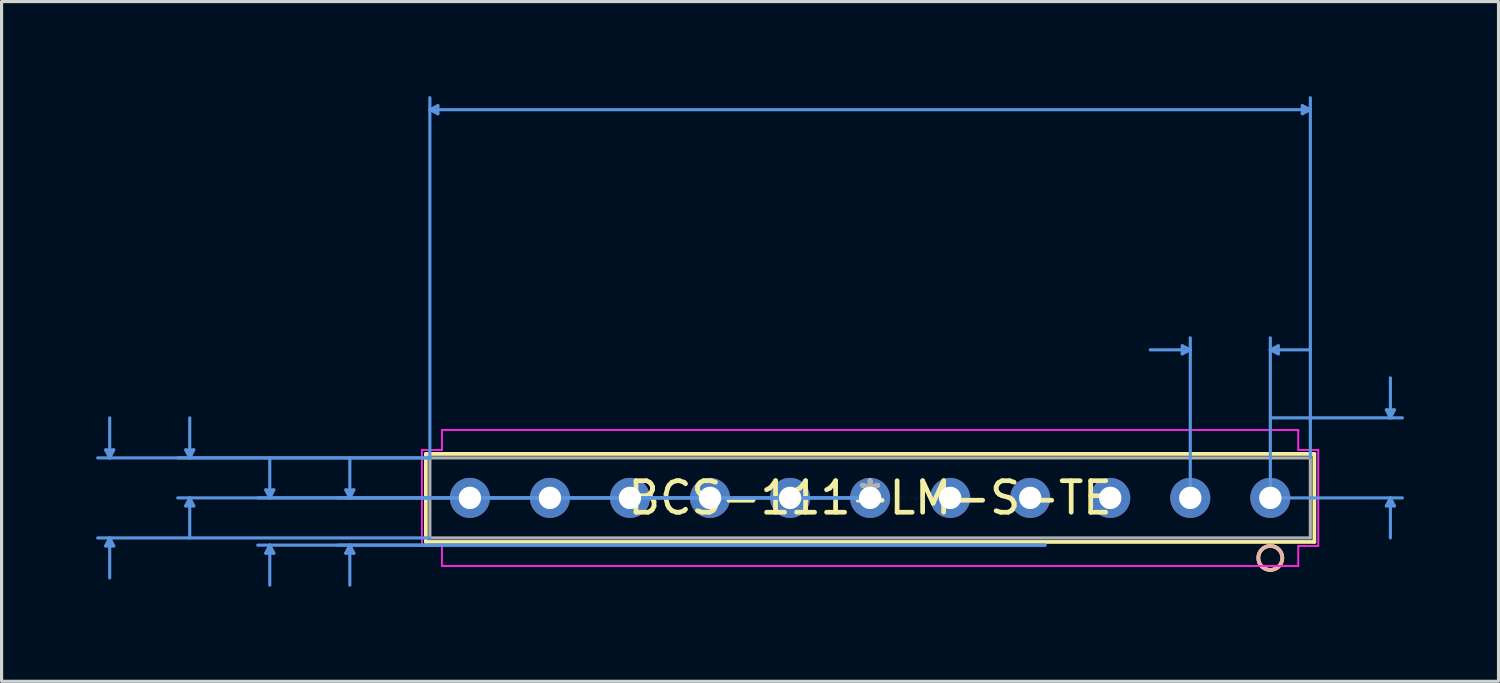
<source format=kicad_pcb>
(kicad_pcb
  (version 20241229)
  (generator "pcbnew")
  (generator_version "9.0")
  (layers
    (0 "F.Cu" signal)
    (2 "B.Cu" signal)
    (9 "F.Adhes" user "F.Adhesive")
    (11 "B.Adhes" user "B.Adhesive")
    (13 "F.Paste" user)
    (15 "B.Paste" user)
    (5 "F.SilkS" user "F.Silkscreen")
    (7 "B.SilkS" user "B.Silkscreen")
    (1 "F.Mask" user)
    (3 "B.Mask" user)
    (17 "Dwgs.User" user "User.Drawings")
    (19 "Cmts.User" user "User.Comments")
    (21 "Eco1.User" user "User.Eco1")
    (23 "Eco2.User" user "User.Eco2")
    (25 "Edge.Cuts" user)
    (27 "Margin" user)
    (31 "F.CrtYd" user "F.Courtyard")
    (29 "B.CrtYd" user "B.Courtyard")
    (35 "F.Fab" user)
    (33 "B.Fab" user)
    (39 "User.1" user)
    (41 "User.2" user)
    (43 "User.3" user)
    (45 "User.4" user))
  (footprint "BCS-111-LM-S-TE"
    (layer "F.Cu")
    (at 24.561 12.75)
    (property "Reference" "BCS-111-LM-S-TE" (at 0 0 0) (layer "F.SilkS") (effects (font (size 1 1) (thickness 0.15))))
    (attr through_hole)
    (fp_line (start -14.097 -1.397) (end -14.097 1.397) (stroke (width 0.12) (type solid)) (layer "F.SilkS"))
    (fp_line (start -14.097 1.397) (end 14.097 1.397) (stroke (width 0.12) (type solid)) (layer "F.SilkS"))
    (fp_line (start 14.097 -1.397) (end -14.097 -1.397) (stroke (width 0.12) (type solid)) (layer "F.SilkS"))
    (fp_line (start 14.097 1.397) (end 14.097 -1.397) (stroke (width 0.12) (type solid)) (layer "F.SilkS"))
    (fp_circle (center 12.7 1.905) (end 13.081 1.905) (stroke (width 0.12) (type solid)) (fill no) (layer "F.SilkS"))
    (fp_circle (center 12.7 1.905) (end 13.081 1.905) (stroke (width 0.12) (type solid)) (fill no) (layer "B.SilkS"))
    (fp_line (start -24.257 -1.524) (end -24.003 -1.524) (stroke (width 0.1) (type solid)) (layer "Cmts.User"))
    (fp_line (start -24.257 1.524) (end -24.003 1.524) (stroke (width 0.1) (type solid)) (layer "Cmts.User"))
    (fp_line (start -24.13 -1.27) (end -24.257 -1.524) (stroke (width 0.1) (type solid)) (layer "Cmts.User"))
    (fp_line (start -24.13 -1.27) (end -24.13 -2.54) (stroke (width 0.1) (type solid)) (layer "Cmts.User"))
    (fp_line (start -24.13 -1.27) (end -24.003 -1.524) (stroke (width 0.1) (type solid)) (layer "Cmts.User"))
    (fp_line (start -24.13 1.27) (end -24.257 1.524) (stroke (width 0.1) (type solid)) (layer "Cmts.User"))
    (fp_line (start -24.13 1.27) (end -24.13 2.54) (stroke (width 0.1) (type solid)) (layer "Cmts.User"))
    (fp_line (start -24.13 1.27) (end -24.003 1.524) (stroke (width 0.1) (type solid)) (layer "Cmts.User"))
    (fp_line (start -21.717 -1.524) (end -21.463 -1.524) (stroke (width 0.1) (type solid)) (layer "Cmts.User"))
    (fp_line (start -21.717 0.254) (end -21.463 0.254) (stroke (width 0.1) (type solid)) (layer "Cmts.User"))
    (fp_line (start -21.59 -1.27) (end -21.717 -1.524) (stroke (width 0.1) (type solid)) (layer "Cmts.User"))
    (fp_line (start -21.59 -1.27) (end -21.59 -2.54) (stroke (width 0.1) (type solid)) (layer "Cmts.User"))
    (fp_line (start -21.59 -1.27) (end -21.463 -1.524) (stroke (width 0.1) (type solid)) (layer "Cmts.User"))
    (fp_line (start -21.59 0) (end -21.717 0.254) (stroke (width 0.1) (type solid)) (layer "Cmts.User"))
    (fp_line (start -21.59 0) (end -21.59 1.27) (stroke (width 0.1) (type solid)) (layer "Cmts.User"))
    (fp_line (start -21.59 0) (end -21.463 0.254) (stroke (width 0.1) (type solid)) (layer "Cmts.User"))
    (fp_line (start -19.177 -0.254) (end -18.923 -0.254) (stroke (width 0.1) (type solid)) (layer "Cmts.User"))
    (fp_line (start -19.177 1.753) (end -18.923 1.753) (stroke (width 0.1) (type solid)) (layer "Cmts.User"))
    (fp_line (start -19.05 0) (end -19.177 -0.254) (stroke (width 0.1) (type solid)) (layer "Cmts.User"))
    (fp_line (start -19.05 0) (end -19.05 -1.27) (stroke (width 0.1) (type solid)) (layer "Cmts.User"))
    (fp_line (start -19.05 0) (end -18.923 -0.254) (stroke (width 0.1) (type solid)) (layer "Cmts.User"))
    (fp_line (start -19.05 1.499) (end -19.177 1.753) (stroke (width 0.1) (type solid)) (layer "Cmts.User"))
    (fp_line (start -19.05 1.499) (end -19.05 2.769) (stroke (width 0.1) (type solid)) (layer "Cmts.User"))
    (fp_line (start -19.05 1.499) (end -18.923 1.753) (stroke (width 0.1) (type solid)) (layer "Cmts.User"))
    (fp_line (start -16.637 -0.254) (end -16.383 -0.254) (stroke (width 0.1) (type solid)) (layer "Cmts.User"))
    (fp_line (start -16.637 1.753) (end -16.383 1.753) (stroke (width 0.1) (type solid)) (layer "Cmts.User"))
    (fp_line (start -16.51 0) (end -16.637 -0.254) (stroke (width 0.1) (type solid)) (layer "Cmts.User"))
    (fp_line (start -16.51 0) (end -16.51 -1.27) (stroke (width 0.1) (type solid)) (layer "Cmts.User"))
    (fp_line (start -16.51 0) (end -16.383 -0.254) (stroke (width 0.1) (type solid)) (layer "Cmts.User"))
    (fp_line (start -16.51 1.499) (end -16.637 1.753) (stroke (width 0.1) (type solid)) (layer "Cmts.User"))
    (fp_line (start -16.51 1.499) (end -16.51 2.769) (stroke (width 0.1) (type solid)) (layer "Cmts.User"))
    (fp_line (start -16.51 1.499) (end -16.383 1.753) (stroke (width 0.1) (type solid)) (layer "Cmts.User"))
    (fp_line (start -13.97 -12.319) (end -13.716 -12.446) (stroke (width 0.1) (type solid)) (layer "Cmts.User"))
    (fp_line (start -13.97 -12.319) (end -13.716 -12.192) (stroke (width 0.1) (type solid)) (layer "Cmts.User"))
    (fp_line (start -13.97 -12.319) (end 13.97 -12.319) (stroke (width 0.1) (type solid)) (layer "Cmts.User"))
    (fp_line (start -13.97 -1.27) (end -24.511 -1.27) (stroke (width 0.1) (type solid)) (layer "Cmts.User"))
    (fp_line (start -13.97 -1.27) (end -21.971 -1.27) (stroke (width 0.1) (type solid)) (layer "Cmts.User"))
    (fp_line (start -13.97 -1.27) (end -13.97 -12.7) (stroke (width 0.1) (type solid)) (layer "Cmts.User"))
    (fp_line (start -13.97 1.27) (end -24.511 1.27) (stroke (width 0.1) (type solid)) (layer "Cmts.User"))
    (fp_line (start -13.716 -12.446) (end -13.716 -12.192) (stroke (width 0.1) (type solid)) (layer "Cmts.User"))
    (fp_line (start 0 0) (end -21.971 0) (stroke (width 0.1) (type solid)) (layer "Cmts.User"))
    (fp_line (start 0 0) (end -19.431 0) (stroke (width 0.1) (type solid)) (layer "Cmts.User"))
    (fp_line (start 0 0) (end -16.891 0) (stroke (width 0.1) (type solid)) (layer "Cmts.User"))
    (fp_line (start 5.55 1.499) (end -19.431 1.499) (stroke (width 0.1) (type solid)) (layer "Cmts.User"))
    (fp_line (start 5.55 1.499) (end -16.891 1.499) (stroke (width 0.1) (type solid)) (layer "Cmts.User"))
    (fp_line (start 9.906 -4.826) (end 9.906 -4.572) (stroke (width 0.1) (type solid)) (layer "Cmts.User"))
    (fp_line (start 10.16 -4.699) (end 8.89 -4.699) (stroke (width 0.1) (type solid)) (layer "Cmts.User"))
    (fp_line (start 10.16 -4.699) (end 9.906 -4.826) (stroke (width 0.1) (type solid)) (layer "Cmts.User"))
    (fp_line (start 10.16 -4.699) (end 9.906 -4.572) (stroke (width 0.1) (type solid)) (layer "Cmts.User"))
    (fp_line (start 10.16 0) (end 10.16 -5.08) (stroke (width 0.1) (type solid)) (layer "Cmts.User"))
    (fp_line (start 12.7 -4.699) (end 12.954 -4.826) (stroke (width 0.1) (type solid)) (layer "Cmts.User"))
    (fp_line (start 12.7 -4.699) (end 12.954 -4.572) (stroke (width 0.1) (type solid)) (layer "Cmts.User"))
    (fp_line (start 12.7 -4.699) (end 13.97 -4.699) (stroke (width 0.1) (type solid)) (layer "Cmts.User"))
    (fp_line (start 12.7 -2.54) (end 16.891 -2.54) (stroke (width 0.1) (type solid)) (layer "Cmts.User"))
    (fp_line (start 12.7 0) (end 12.7 -5.08) (stroke (width 0.1) (type solid)) (layer "Cmts.User"))
    (fp_line (start 12.7 0) (end 16.891 0) (stroke (width 0.1) (type solid)) (layer "Cmts.User"))
    (fp_line (start 12.954 -4.826) (end 12.954 -4.572) (stroke (width 0.1) (type solid)) (layer "Cmts.User"))
    (fp_line (start 13.716 -12.446) (end 13.716 -12.192) (stroke (width 0.1) (type solid)) (layer "Cmts.User"))
    (fp_line (start 13.97 -12.319) (end 13.716 -12.446) (stroke (width 0.1) (type solid)) (layer "Cmts.User"))
    (fp_line (start 13.97 -12.319) (end 13.716 -12.192) (stroke (width 0.1) (type solid)) (layer "Cmts.User"))
    (fp_line (start 13.97 -1.27) (end 13.97 -12.7) (stroke (width 0.1) (type solid)) (layer "Cmts.User"))
    (fp_line (start 16.383 -2.794) (end 16.637 -2.794) (stroke (width 0.1) (type solid)) (layer "Cmts.User"))
    (fp_line (start 16.383 0.254) (end 16.637 0.254) (stroke (width 0.1) (type solid)) (layer "Cmts.User"))
    (fp_line (start 16.51 -2.54) (end 16.383 -2.794) (stroke (width 0.1) (type solid)) (layer "Cmts.User"))
    (fp_line (start 16.51 -2.54) (end 16.51 -3.81) (stroke (width 0.1) (type solid)) (layer "Cmts.User"))
    (fp_line (start 16.51 -2.54) (end 16.637 -2.794) (stroke (width 0.1) (type solid)) (layer "Cmts.User"))
    (fp_line (start 16.51 0) (end 16.383 0.254) (stroke (width 0.1) (type solid)) (layer "Cmts.User"))
    (fp_line (start 16.51 0) (end 16.51 1.27) (stroke (width 0.1) (type solid)) (layer "Cmts.User"))
    (fp_line (start 16.51 0) (end 16.637 0.254) (stroke (width 0.1) (type solid)) (layer "Cmts.User"))
    (fp_line (start -14.224 -1.524) (end -14.224 1.524) (stroke (width 0.05) (type solid)) (layer "F.CrtYd"))
    (fp_line (start -14.224 -1.524) (end -14.224 1.524) (stroke (width 0.05) (type solid)) (layer "F.CrtYd"))
    (fp_line (start -14.224 1.524) (end -13.589 1.524) (stroke (width 0.05) (type solid)) (layer "F.CrtYd"))
    (fp_line (start -14.224 1.524) (end -13.589 1.524) (stroke (width 0.05) (type solid)) (layer "F.CrtYd"))
    (fp_line (start -13.589 -2.159) (end -13.589 -1.524) (stroke (width 0.05) (type solid)) (layer "F.CrtYd"))
    (fp_line (start -13.589 -2.159) (end -13.589 -1.524) (stroke (width 0.05) (type solid)) (layer "F.CrtYd"))
    (fp_line (start -13.589 -1.524) (end -14.224 -1.524) (stroke (width 0.05) (type solid)) (layer "F.CrtYd"))
    (fp_line (start -13.589 -1.524) (end -14.224 -1.524) (stroke (width 0.05) (type solid)) (layer "F.CrtYd"))
    (fp_line (start -13.589 1.524) (end -13.589 2.159) (stroke (width 0.05) (type solid)) (layer "F.CrtYd"))
    (fp_line (start -13.589 1.524) (end -13.589 2.159) (stroke (width 0.05) (type solid)) (layer "F.CrtYd"))
    (fp_line (start -13.589 2.159) (end 13.589 2.159) (stroke (width 0.05) (type solid)) (layer "F.CrtYd"))
    (fp_line (start -13.589 2.159) (end 13.589 2.159) (stroke (width 0.05) (type solid)) (layer "F.CrtYd"))
    (fp_line (start 13.589 -2.159) (end -13.589 -2.159) (stroke (width 0.05) (type solid)) (layer "F.CrtYd"))
    (fp_line (start 13.589 -2.159) (end -13.589 -2.159) (stroke (width 0.05) (type solid)) (layer "F.CrtYd"))
    (fp_line (start 13.589 -1.524) (end 13.589 -2.159) (stroke (width 0.05) (type solid)) (layer "F.CrtYd"))
    (fp_line (start 13.589 -1.524) (end 13.589 -2.159) (stroke (width 0.05) (type solid)) (layer "F.CrtYd"))
    (fp_line (start 13.589 1.524) (end 14.224 1.524) (stroke (width 0.05) (type solid)) (layer "F.CrtYd"))
    (fp_line (start 13.589 1.524) (end 14.224 1.524) (stroke (width 0.05) (type solid)) (layer "F.CrtYd"))
    (fp_line (start 13.589 2.159) (end 13.589 1.524) (stroke (width 0.05) (type solid)) (layer "F.CrtYd"))
    (fp_line (start 13.589 2.159) (end 13.589 1.524) (stroke (width 0.05) (type solid)) (layer "F.CrtYd"))
    (fp_line (start 14.224 -1.524) (end 13.589 -1.524) (stroke (width 0.05) (type solid)) (layer "F.CrtYd"))
    (fp_line (start 14.224 -1.524) (end 13.589 -1.524) (stroke (width 0.05) (type solid)) (layer "F.CrtYd"))
    (fp_line (start 14.224 1.524) (end 14.224 -1.524) (stroke (width 0.05) (type solid)) (layer "F.CrtYd"))
    (fp_line (start 14.224 1.524) (end 14.224 -1.524) (stroke (width 0.05) (type solid)) (layer "F.CrtYd"))
    (fp_line (start -13.97 -1.27) (end -13.97 1.27) (stroke (width 0.1) (type solid)) (layer "F.Fab"))
    (fp_line (start -13.97 1.27) (end 13.97 1.27) (stroke (width 0.1) (type solid)) (layer "F.Fab"))
    (fp_line (start 13.97 -1.27) (end -13.97 -1.27) (stroke (width 0.1) (type solid)) (layer "F.Fab"))
    (fp_line (start 13.97 1.27) (end 13.97 -1.27) (stroke (width 0.1) (type solid)) (layer "F.Fab"))
    (fp_circle (center 12.7 0) (end 12.954 0) (stroke (width 0.1) (type solid)) (fill no) (layer "F.Fab"))
    (fp_text user "*" (at 0 0 0) (layer "F.SilkS") (effects (font (size 1 1) (thickness 0.15))))
    (fp_text user "Copyright 2021 Accelerated Designs. All rights reserved." (at 0 0 0) (layer "Cmts.User") (effects (font (size 0.127 0.127) (thickness 0.002))))
    (fp_text user "*" (at 0 0 0) (layer "F.Fab") (effects (font (size 1 1) (thickness 0.15))))
    (pad "1" thru_hole circle (at 12.7 0 90) (size 1.27 1.27) (drill 0.711) (layers "*.Cu" "*.Mask"))
    (pad "2" thru_hole circle (at 10.16 0 90) (size 1.27 1.27) (drill 0.711) (layers "*.Cu" "*.Mask"))
    (pad "3" thru_hole circle (at 7.62 0 90) (size 1.27 1.27) (drill 0.711) (layers "*.Cu" "*.Mask"))
    (pad "4" thru_hole circle (at 5.08 0 90) (size 1.27 1.27) (drill 0.711) (layers "*.Cu" "*.Mask"))
    (pad "5" thru_hole circle (at 2.54 0 90) (size 1.27 1.27) (drill 0.711) (layers "*.Cu" "*.Mask"))
    (pad "6" thru_hole circle (at 0 0 90) (size 1.27 1.27) (drill 0.711) (layers "*.Cu" "*.Mask"))
    (pad "7" thru_hole circle (at -2.54 0 90) (size 1.27 1.27) (drill 0.711) (layers "*.Cu" "*.Mask"))
    (pad "8" thru_hole circle (at -5.08 0 90) (size 1.27 1.27) (drill 0.711) (layers "*.Cu" "*.Mask"))
    (pad "9" thru_hole circle (at -7.62 0 90) (size 1.27 1.27) (drill 0.711) (layers "*.Cu" "*.Mask"))
    (pad "10" thru_hole circle (at -10.16 0 90) (size 1.27 1.27) (drill 0.711) (layers "*.Cu" "*.Mask"))
    (pad "11" thru_hole circle (at -12.7 0 90) (size 1.27 1.27) (drill 0.711) (layers "*.Cu" "*.Mask")))
  (gr_rect
    (start -3 -3)
    (end 44.502 18.569)
    (stroke (width 0.1) (type default))
    (fill no)
    (layer "Edge.Cuts")))
</source>
